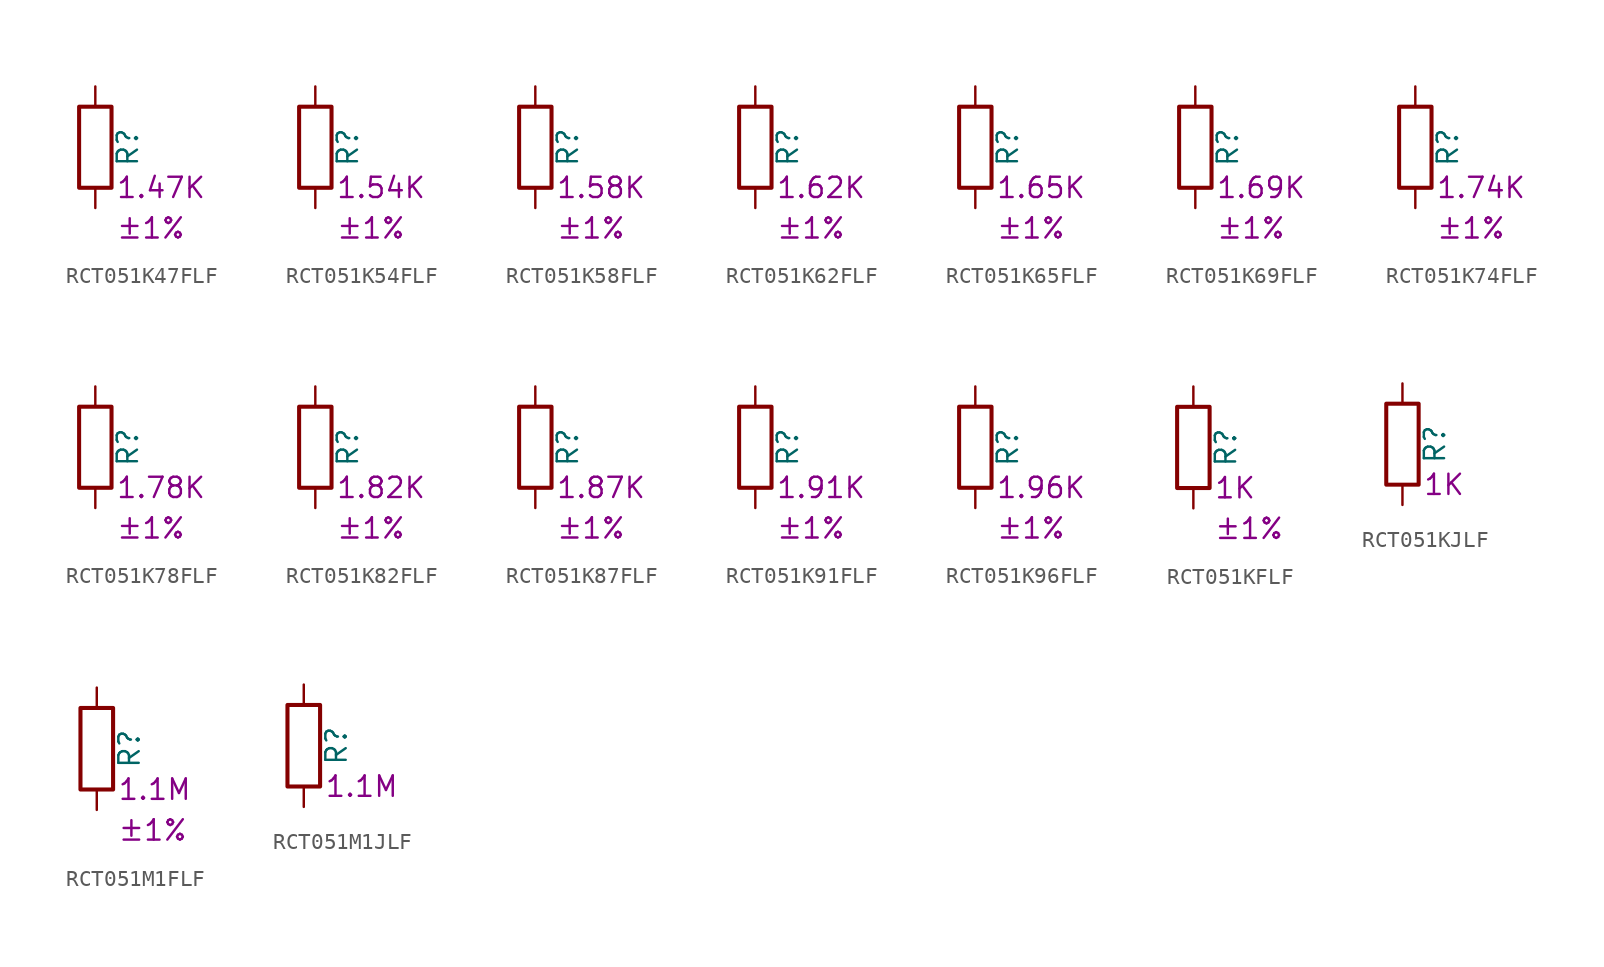
<source format=kicad_sym>
(kicad_symbol_lib
  (version 20220914)
  (generator kicad_symbol_editor)
  (symbol "RCT051K47FLF"
    (pin_numbers hide)
    (pin_names
      (offset 0))
    (property "Reference" "R"
      (at 2.032 0 90)
      (effects (font (size 1.27 1.27))))
    (property "Resistance" "1.47K"
      (at 1.27 -2.54 0)
      (effects (font (size 1.27 1.27)) (justify left)))
    (property "Tolerance" "±1%"
      (at 1.27 -5.08 0)
      (effects (font (size 1.27 1.27)) (justify left)))
    (symbol "RCT051K47FLF_0_1"
      (rectangle (start -1.016 -2.54) (end 1.016 2.54) (stroke (width 0.254) (type default)) (fill (type none))))
    (symbol "RCT051K47FLF_1_1"
      (pin passive line (at 0 3.81 270) (length 1.27) (name "~" (effects (font (size 1.27 1.27)))) (number "1" (effects (font (size 1.27 1.27)))))
      (pin passive line (at 0 -3.81 90) (length 1.27) (name "~" (effects (font (size 1.27 1.27)))) (number "2" (effects (font (size 1.27 1.27)))))))
  (symbol "RCT051K54FLF"
    (pin_numbers hide)
    (pin_names
      (offset 0))
    (property "Reference" "R"
      (at 2.032 0 90)
      (effects (font (size 1.27 1.27))))
    (property "Resistance" "1.54K"
      (at 1.27 -2.54 0)
      (effects (font (size 1.27 1.27)) (justify left)))
    (property "Tolerance" "±1%"
      (at 1.27 -5.08 0)
      (effects (font (size 1.27 1.27)) (justify left)))
    (symbol "RCT051K54FLF_0_1"
      (rectangle (start -1.016 -2.54) (end 1.016 2.54) (stroke (width 0.254) (type default)) (fill (type none))))
    (symbol "RCT051K54FLF_1_1"
      (pin passive line (at 0 3.81 270) (length 1.27) (name "~" (effects (font (size 1.27 1.27)))) (number "1" (effects (font (size 1.27 1.27)))))
      (pin passive line (at 0 -3.81 90) (length 1.27) (name "~" (effects (font (size 1.27 1.27)))) (number "2" (effects (font (size 1.27 1.27)))))))
  (symbol "RCT051K58FLF"
    (pin_numbers hide)
    (pin_names
      (offset 0))
    (property "Reference" "R"
      (at 2.032 0 90)
      (effects (font (size 1.27 1.27))))
    (property "Resistance" "1.58K"
      (at 1.27 -2.54 0)
      (effects (font (size 1.27 1.27)) (justify left)))
    (property "Tolerance" "±1%"
      (at 1.27 -5.08 0)
      (effects (font (size 1.27 1.27)) (justify left)))
    (symbol "RCT051K58FLF_0_1"
      (rectangle (start -1.016 -2.54) (end 1.016 2.54) (stroke (width 0.254) (type default)) (fill (type none))))
    (symbol "RCT051K58FLF_1_1"
      (pin passive line (at 0 3.81 270) (length 1.27) (name "~" (effects (font (size 1.27 1.27)))) (number "1" (effects (font (size 1.27 1.27)))))
      (pin passive line (at 0 -3.81 90) (length 1.27) (name "~" (effects (font (size 1.27 1.27)))) (number "2" (effects (font (size 1.27 1.27)))))))
  (symbol "RCT051K62FLF"
    (pin_numbers hide)
    (pin_names
      (offset 0))
    (property "Reference" "R"
      (at 2.032 0 90)
      (effects (font (size 1.27 1.27))))
    (property "Resistance" "1.62K"
      (at 1.27 -2.54 0)
      (effects (font (size 1.27 1.27)) (justify left)))
    (property "Tolerance" "±1%"
      (at 1.27 -5.08 0)
      (effects (font (size 1.27 1.27)) (justify left)))
    (symbol "RCT051K62FLF_0_1"
      (rectangle (start -1.016 -2.54) (end 1.016 2.54) (stroke (width 0.254) (type default)) (fill (type none))))
    (symbol "RCT051K62FLF_1_1"
      (pin passive line (at 0 3.81 270) (length 1.27) (name "~" (effects (font (size 1.27 1.27)))) (number "1" (effects (font (size 1.27 1.27)))))
      (pin passive line (at 0 -3.81 90) (length 1.27) (name "~" (effects (font (size 1.27 1.27)))) (number "2" (effects (font (size 1.27 1.27)))))))
  (symbol "RCT051K65FLF"
    (pin_numbers hide)
    (pin_names
      (offset 0))
    (property "Reference" "R"
      (at 2.032 0 90)
      (effects (font (size 1.27 1.27))))
    (property "Resistance" "1.65K"
      (at 1.27 -2.54 0)
      (effects (font (size 1.27 1.27)) (justify left)))
    (property "Tolerance" "±1%"
      (at 1.27 -5.08 0)
      (effects (font (size 1.27 1.27)) (justify left)))
    (symbol "RCT051K65FLF_0_1"
      (rectangle (start -1.016 -2.54) (end 1.016 2.54) (stroke (width 0.254) (type default)) (fill (type none))))
    (symbol "RCT051K65FLF_1_1"
      (pin passive line (at 0 3.81 270) (length 1.27) (name "~" (effects (font (size 1.27 1.27)))) (number "1" (effects (font (size 1.27 1.27)))))
      (pin passive line (at 0 -3.81 90) (length 1.27) (name "~" (effects (font (size 1.27 1.27)))) (number "2" (effects (font (size 1.27 1.27)))))))
  (symbol "RCT051K69FLF"
    (pin_numbers hide)
    (pin_names
      (offset 0))
    (property "Reference" "R"
      (at 2.032 0 90)
      (effects (font (size 1.27 1.27))))
    (property "Resistance" "1.69K"
      (at 1.27 -2.54 0)
      (effects (font (size 1.27 1.27)) (justify left)))
    (property "Tolerance" "±1%"
      (at 1.27 -5.08 0)
      (effects (font (size 1.27 1.27)) (justify left)))
    (symbol "RCT051K69FLF_0_1"
      (rectangle (start -1.016 -2.54) (end 1.016 2.54) (stroke (width 0.254) (type default)) (fill (type none))))
    (symbol "RCT051K69FLF_1_1"
      (pin passive line (at 0 3.81 270) (length 1.27) (name "~" (effects (font (size 1.27 1.27)))) (number "1" (effects (font (size 1.27 1.27)))))
      (pin passive line (at 0 -3.81 90) (length 1.27) (name "~" (effects (font (size 1.27 1.27)))) (number "2" (effects (font (size 1.27 1.27)))))))
  (symbol "RCT051K74FLF"
    (pin_numbers hide)
    (pin_names
      (offset 0))
    (property "Reference" "R"
      (at 2.032 0 90)
      (effects (font (size 1.27 1.27))))
    (property "Resistance" "1.74K"
      (at 1.27 -2.54 0)
      (effects (font (size 1.27 1.27)) (justify left)))
    (property "Tolerance" "±1%"
      (at 1.27 -5.08 0)
      (effects (font (size 1.27 1.27)) (justify left)))
    (symbol "RCT051K74FLF_0_1"
      (rectangle (start -1.016 -2.54) (end 1.016 2.54) (stroke (width 0.254) (type default)) (fill (type none))))
    (symbol "RCT051K74FLF_1_1"
      (pin passive line (at 0 3.81 270) (length 1.27) (name "~" (effects (font (size 1.27 1.27)))) (number "1" (effects (font (size 1.27 1.27)))))
      (pin passive line (at 0 -3.81 90) (length 1.27) (name "~" (effects (font (size 1.27 1.27)))) (number "2" (effects (font (size 1.27 1.27)))))))
  (symbol "RCT051K78FLF"
    (pin_numbers hide)
    (pin_names
      (offset 0))
    (property "Reference" "R"
      (at 2.032 0 90)
      (effects (font (size 1.27 1.27))))
    (property "Resistance" "1.78K"
      (at 1.27 -2.54 0)
      (effects (font (size 1.27 1.27)) (justify left)))
    (property "Tolerance" "±1%"
      (at 1.27 -5.08 0)
      (effects (font (size 1.27 1.27)) (justify left)))
    (symbol "RCT051K78FLF_0_1"
      (rectangle (start -1.016 -2.54) (end 1.016 2.54) (stroke (width 0.254) (type default)) (fill (type none))))
    (symbol "RCT051K78FLF_1_1"
      (pin passive line (at 0 3.81 270) (length 1.27) (name "~" (effects (font (size 1.27 1.27)))) (number "1" (effects (font (size 1.27 1.27)))))
      (pin passive line (at 0 -3.81 90) (length 1.27) (name "~" (effects (font (size 1.27 1.27)))) (number "2" (effects (font (size 1.27 1.27)))))))
  (symbol "RCT051K82FLF"
    (pin_numbers hide)
    (pin_names
      (offset 0))
    (property "Reference" "R"
      (at 2.032 0 90)
      (effects (font (size 1.27 1.27))))
    (property "Resistance" "1.82K"
      (at 1.27 -2.54 0)
      (effects (font (size 1.27 1.27)) (justify left)))
    (property "Tolerance" "±1%"
      (at 1.27 -5.08 0)
      (effects (font (size 1.27 1.27)) (justify left)))
    (symbol "RCT051K82FLF_0_1"
      (rectangle (start -1.016 -2.54) (end 1.016 2.54) (stroke (width 0.254) (type default)) (fill (type none))))
    (symbol "RCT051K82FLF_1_1"
      (pin passive line (at 0 3.81 270) (length 1.27) (name "~" (effects (font (size 1.27 1.27)))) (number "1" (effects (font (size 1.27 1.27)))))
      (pin passive line (at 0 -3.81 90) (length 1.27) (name "~" (effects (font (size 1.27 1.27)))) (number "2" (effects (font (size 1.27 1.27)))))))
  (symbol "RCT051K87FLF"
    (pin_numbers hide)
    (pin_names
      (offset 0))
    (property "Reference" "R"
      (at 2.032 0 90)
      (effects (font (size 1.27 1.27))))
    (property "Resistance" "1.87K"
      (at 1.27 -2.54 0)
      (effects (font (size 1.27 1.27)) (justify left)))
    (property "Tolerance" "±1%"
      (at 1.27 -5.08 0)
      (effects (font (size 1.27 1.27)) (justify left)))
    (symbol "RCT051K87FLF_0_1"
      (rectangle (start -1.016 -2.54) (end 1.016 2.54) (stroke (width 0.254) (type default)) (fill (type none))))
    (symbol "RCT051K87FLF_1_1"
      (pin passive line (at 0 3.81 270) (length 1.27) (name "~" (effects (font (size 1.27 1.27)))) (number "1" (effects (font (size 1.27 1.27)))))
      (pin passive line (at 0 -3.81 90) (length 1.27) (name "~" (effects (font (size 1.27 1.27)))) (number "2" (effects (font (size 1.27 1.27)))))))
  (symbol "RCT051K91FLF"
    (pin_numbers hide)
    (pin_names
      (offset 0))
    (property "Reference" "R"
      (at 2.032 0 90)
      (effects (font (size 1.27 1.27))))
    (property "Resistance" "1.91K"
      (at 1.27 -2.54 0)
      (effects (font (size 1.27 1.27)) (justify left)))
    (property "Tolerance" "±1%"
      (at 1.27 -5.08 0)
      (effects (font (size 1.27 1.27)) (justify left)))
    (symbol "RCT051K91FLF_0_1"
      (rectangle (start -1.016 -2.54) (end 1.016 2.54) (stroke (width 0.254) (type default)) (fill (type none))))
    (symbol "RCT051K91FLF_1_1"
      (pin passive line (at 0 3.81 270) (length 1.27) (name "~" (effects (font (size 1.27 1.27)))) (number "1" (effects (font (size 1.27 1.27)))))
      (pin passive line (at 0 -3.81 90) (length 1.27) (name "~" (effects (font (size 1.27 1.27)))) (number "2" (effects (font (size 1.27 1.27)))))))
  (symbol "RCT051K96FLF"
    (pin_numbers hide)
    (pin_names
      (offset 0))
    (property "Reference" "R"
      (at 2.032 0 90)
      (effects (font (size 1.27 1.27))))
    (property "Resistance" "1.96K"
      (at 1.27 -2.54 0)
      (effects (font (size 1.27 1.27)) (justify left)))
    (property "Tolerance" "±1%"
      (at 1.27 -5.08 0)
      (effects (font (size 1.27 1.27)) (justify left)))
    (symbol "RCT051K96FLF_0_1"
      (rectangle (start -1.016 -2.54) (end 1.016 2.54) (stroke (width 0.254) (type default)) (fill (type none))))
    (symbol "RCT051K96FLF_1_1"
      (pin passive line (at 0 3.81 270) (length 1.27) (name "~" (effects (font (size 1.27 1.27)))) (number "1" (effects (font (size 1.27 1.27)))))
      (pin passive line (at 0 -3.81 90) (length 1.27) (name "~" (effects (font (size 1.27 1.27)))) (number "2" (effects (font (size 1.27 1.27)))))))
  (symbol "RCT051KFLF"
    (pin_numbers hide)
    (pin_names
      (offset 0))
    (property "Reference" "R"
      (at 2.032 0 90)
      (effects (font (size 1.27 1.27))))
    (property "Resistance" "1K"
      (at 1.27 -2.54 0)
      (effects (font (size 1.27 1.27)) (justify left)))
    (property "Tolerance" "±1%"
      (at 1.27 -5.08 0)
      (effects (font (size 1.27 1.27)) (justify left)))
    (symbol "RCT051KFLF_0_1"
      (rectangle (start -1.016 -2.54) (end 1.016 2.54) (stroke (width 0.254) (type default)) (fill (type none))))
    (symbol "RCT051KFLF_1_1"
      (pin passive line (at 0 3.81 270) (length 1.27) (name "~" (effects (font (size 1.27 1.27)))) (number "1" (effects (font (size 1.27 1.27)))))
      (pin passive line (at 0 -3.81 90) (length 1.27) (name "~" (effects (font (size 1.27 1.27)))) (number "2" (effects (font (size 1.27 1.27)))))))
  (symbol "RCT051KJLF"
    (pin_numbers hide)
    (pin_names
      (offset 0))
    (property "Reference" "R"
      (at 2.032 0 90)
      (effects (font (size 1.27 1.27))))
    (property "Resistance" "1K"
      (at 1.27 -2.54 0)
      (effects (font (size 1.27 1.27)) (justify left)))
    (symbol "RCT051KJLF_0_1"
      (rectangle (start -1.016 -2.54) (end 1.016 2.54) (stroke (width 0.254) (type default)) (fill (type none))))
    (symbol "RCT051KJLF_1_1"
      (pin passive line (at 0 3.81 270) (length 1.27) (name "~" (effects (font (size 1.27 1.27)))) (number "1" (effects (font (size 1.27 1.27)))))
      (pin passive line (at 0 -3.81 90) (length 1.27) (name "~" (effects (font (size 1.27 1.27)))) (number "2" (effects (font (size 1.27 1.27)))))))
  (symbol "RCT051M1FLF"
    (pin_numbers hide)
    (pin_names
      (offset 0))
    (property "Reference" "R"
      (at 2.032 0 90)
      (effects (font (size 1.27 1.27))))
    (property "Resistance" "1.1M"
      (at 1.27 -2.54 0)
      (effects (font (size 1.27 1.27)) (justify left)))
    (property "Tolerance" "±1%"
      (at 1.27 -5.08 0)
      (effects (font (size 1.27 1.27)) (justify left)))
    (symbol "RCT051M1FLF_0_1"
      (rectangle (start -1.016 -2.54) (end 1.016 2.54) (stroke (width 0.254) (type default)) (fill (type none))))
    (symbol "RCT051M1FLF_1_1"
      (pin passive line (at 0 3.81 270) (length 1.27) (name "~" (effects (font (size 1.27 1.27)))) (number "1" (effects (font (size 1.27 1.27)))))
      (pin passive line (at 0 -3.81 90) (length 1.27) (name "~" (effects (font (size 1.27 1.27)))) (number "2" (effects (font (size 1.27 1.27)))))))
  (symbol "RCT051M1JLF"
    (pin_numbers hide)
    (pin_names
      (offset 0))
    (property "Reference" "R"
      (at 2.032 0 90)
      (effects (font (size 1.27 1.27))))
    (property "Resistance" "1.1M"
      (at 1.27 -2.54 0)
      (effects (font (size 1.27 1.27)) (justify left)))
    (symbol "RCT051M1JLF_0_1"
      (rectangle (start -1.016 -2.54) (end 1.016 2.54) (stroke (width 0.254) (type default)) (fill (type none))))
    (symbol "RCT051M1JLF_1_1"
      (pin passive line (at 0 3.81 270) (length 1.27) (name "~" (effects (font (size 1.27 1.27)))) (number "1" (effects (font (size 1.27 1.27)))))
      (pin passive line (at 0 -3.81 90) (length 1.27) (name "~" (effects (font (size 1.27 1.27)))) (number "2" (effects (font (size 1.27 1.27))))))))
</source>
